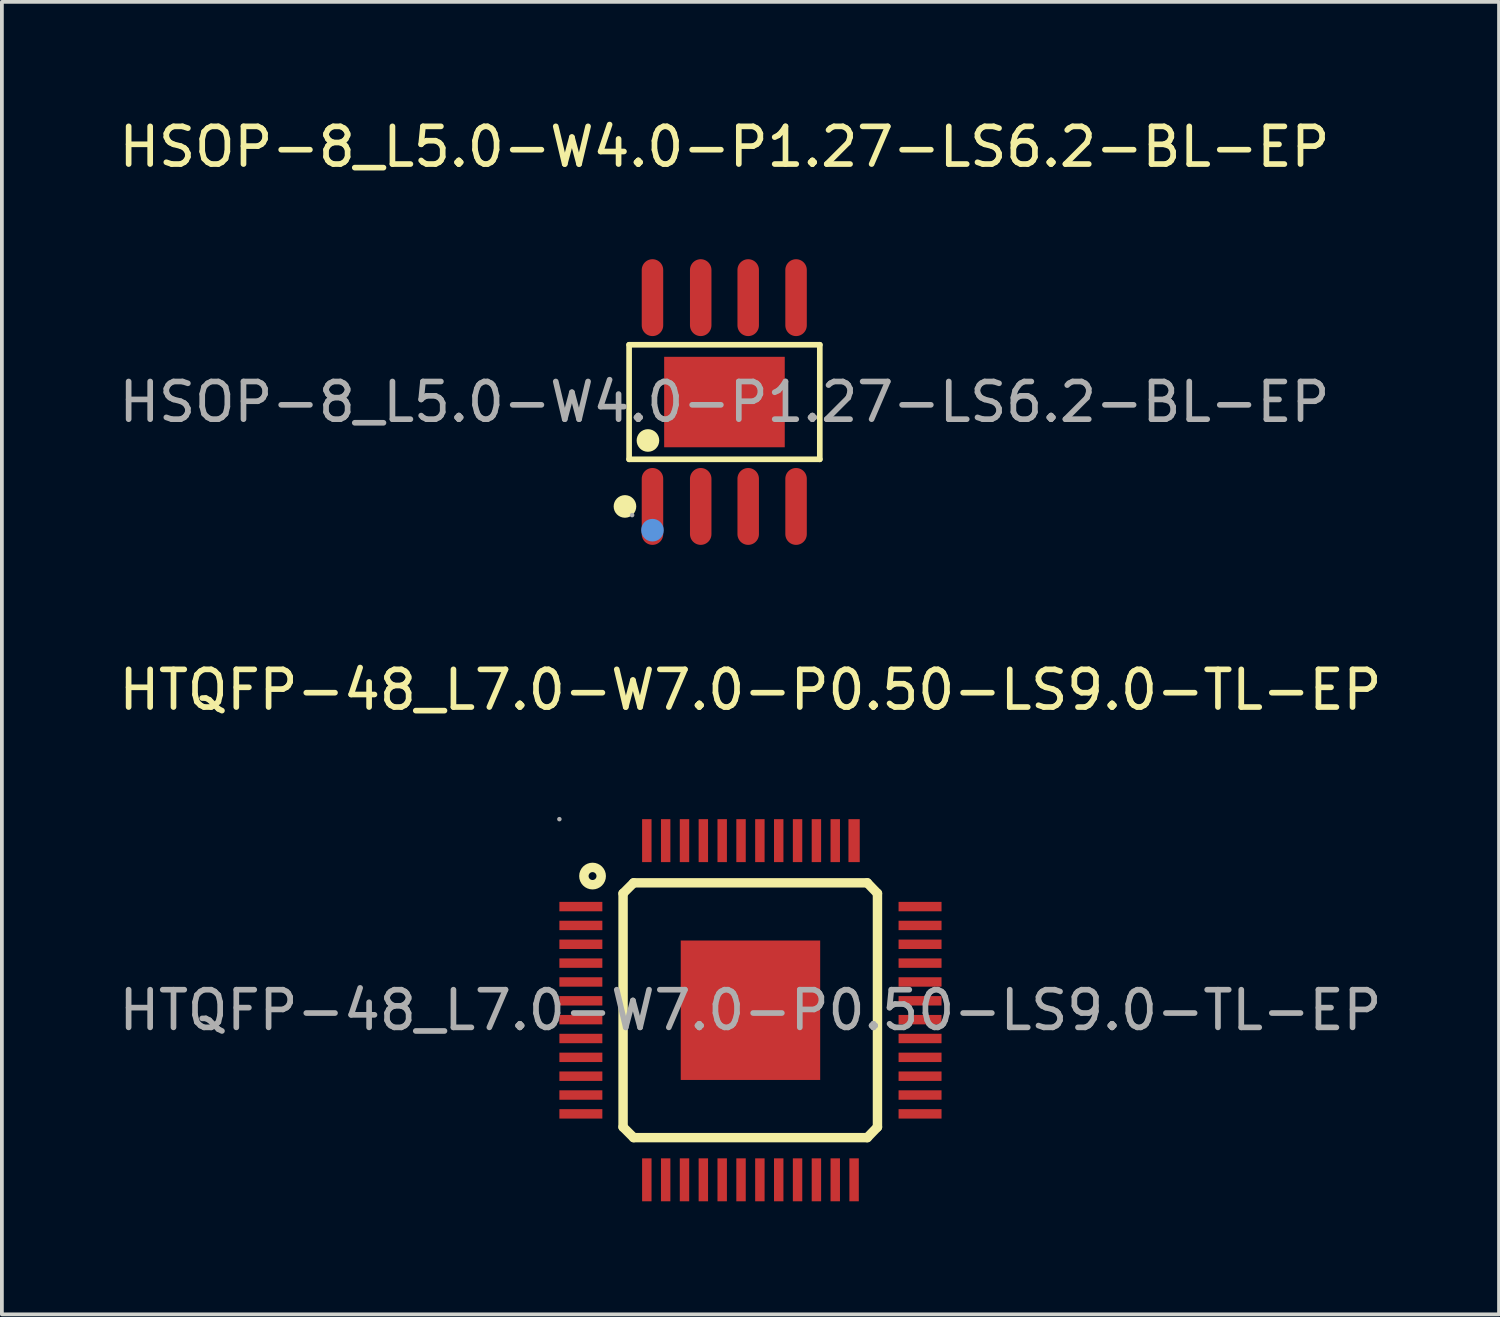
<source format=kicad_pcb>
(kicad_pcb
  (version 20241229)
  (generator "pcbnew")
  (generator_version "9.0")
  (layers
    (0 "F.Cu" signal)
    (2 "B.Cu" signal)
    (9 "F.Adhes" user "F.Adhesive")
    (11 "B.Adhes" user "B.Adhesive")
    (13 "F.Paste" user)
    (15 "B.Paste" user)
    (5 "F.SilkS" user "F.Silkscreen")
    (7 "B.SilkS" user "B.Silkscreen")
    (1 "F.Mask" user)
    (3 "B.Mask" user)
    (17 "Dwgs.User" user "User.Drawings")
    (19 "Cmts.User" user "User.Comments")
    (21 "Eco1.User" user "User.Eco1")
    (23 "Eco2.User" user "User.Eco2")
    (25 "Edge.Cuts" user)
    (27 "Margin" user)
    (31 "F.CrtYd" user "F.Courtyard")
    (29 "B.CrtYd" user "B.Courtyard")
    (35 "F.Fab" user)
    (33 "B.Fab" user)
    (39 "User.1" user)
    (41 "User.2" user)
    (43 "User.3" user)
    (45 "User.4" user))
  (footprint "HSOP-8_L5.0-W4.0-P1.27-LS6.2-BL-EP"
    (layer "F.Cu")
    (at 16.173 7.618)
    (property "Reference" "HSOP-8_L5.0-W4.0-P1.27-LS6.2-BL-EP" (at 0 -6.77 0) (layer "F.SilkS") (effects (font (size 1 1) (thickness 0.15))))
    (attr through_hole)
    (fp_line (start -2.53 -1.52) (end 2.53 -1.52) (stroke (width 0.15) (type solid)) (layer "F.SilkS"))
    (fp_line (start -2.53 1.52) (end -2.53 -1.52) (stroke (width 0.15) (type solid)) (layer "F.SilkS"))
    (fp_line (start 2.53 -1.52) (end 2.53 1.52) (stroke (width 0.15) (type solid)) (layer "F.SilkS"))
    (fp_line (start 2.53 1.52) (end -2.53 1.52) (stroke (width 0.15) (type solid)) (layer "F.SilkS"))
    (fp_circle (center -2.64 2.77) (end -2.49 2.77) (stroke (width 0.3) (type solid)) (fill no) (layer "F.SilkS"))
    (fp_circle (center -2.03 1.02) (end -1.88 1.02) (stroke (width 0.3) (type solid)) (fill no) (layer "F.SilkS"))
    (fp_circle (center -1.91 3.4) (end -1.76 3.4) (stroke (width 0.3) (type solid)) (fill no) (layer "Cmts.User"))
    (fp_circle (center -2.45 3) (end -2.42 3) (stroke (width 0.06) (type solid)) (fill no) (layer "F.Fab"))
    (fp_text user "${REFERENCE}" (at 0 0 0) (layer "F.Fab") (effects (font (size 1 1) (thickness 0.15))))
    (pad "1" smd oval (at -1.91 2.77) (size 0.57 2.04) (layers "F.Cu" "F.Mask" "F.Paste"))
    (pad "2" smd oval (at -0.63 2.77) (size 0.57 2.04) (layers "F.Cu" "F.Mask" "F.Paste"))
    (pad "3" smd oval (at 0.63 2.77) (size 0.57 2.04) (layers "F.Cu" "F.Mask" "F.Paste"))
    (pad "4" smd oval (at 1.9 2.77) (size 0.57 2.04) (layers "F.Cu" "F.Mask" "F.Paste"))
    (pad "5" smd oval (at 1.9 -2.77) (size 0.57 2.04) (layers "F.Cu" "F.Mask" "F.Paste"))
    (pad "6" smd oval (at 0.63 -2.77) (size 0.57 2.04) (layers "F.Cu" "F.Mask" "F.Paste"))
    (pad "7" smd oval (at -0.63 -2.77) (size 0.57 2.04) (layers "F.Cu" "F.Mask" "F.Paste"))
    (pad "8" smd oval (at -1.91 -2.77) (size 0.57 2.04) (layers "F.Cu" "F.Mask" "F.Paste"))
    (pad "9" smd rect (at 0 0) (size 3.2 2.4) (layers "F.Cu" "F.Mask" "F.Paste")))
  (footprint "HTQFP-48_L7.0-W7.0-P0.50-LS9.0-TL-EP"
    (layer "F.Cu")
    (at 16.863 23.756)
    (property "Reference" "HTQFP-48_L7.0-W7.0-P0.50-LS9.0-TL-EP" (at 0 -8.5 0) (layer "F.SilkS") (effects (font (size 1 1) (thickness 0.15))))
    (attr through_hole)
    (fp_line (start -3.38 -3.1) (end -3.1 -3.38) (stroke (width 0.25) (type solid)) (layer "F.SilkS"))
    (fp_line (start -3.38 3.1) (end -3.38 -3.1) (stroke (width 0.25) (type solid)) (layer "F.SilkS"))
    (fp_line (start -3.1 -3.38) (end 3.1 -3.38) (stroke (width 0.25) (type solid)) (layer "F.SilkS"))
    (fp_line (start -3.1 3.38) (end -3.38 3.1) (stroke (width 0.25) (type solid)) (layer "F.SilkS"))
    (fp_line (start 3.1 -3.38) (end 3.37 -3.1) (stroke (width 0.25) (type solid)) (layer "F.SilkS"))
    (fp_line (start 3.1 3.38) (end -3.1 3.38) (stroke (width 0.25) (type solid)) (layer "F.SilkS"))
    (fp_line (start 3.37 -3.1) (end 3.37 3.1) (stroke (width 0.25) (type solid)) (layer "F.SilkS"))
    (fp_line (start 3.37 3.1) (end 3.1 3.38) (stroke (width 0.25) (type solid)) (layer "F.SilkS"))
    (fp_circle (center -4.19 -3.56) (end -3.96 -3.56) (stroke (width 0.25) (type solid)) (fill no) (layer "F.SilkS"))
    (fp_circle (center -5.07 -5.07) (end -5.04 -5.07) (stroke (width 0.06) (type solid)) (fill no) (layer "F.Fab"))
    (fp_text user "${REFERENCE}" (at 0 0 0) (layer "F.Fab") (effects (font (size 1 1) (thickness 0.15))))
    (pad "1" smd rect (at -4.5 -2.75 270) (size 0.25 1.14) (layers "F.Cu" "F.Mask" "F.Paste"))
    (pad "2" smd rect (at -4.5 -2.25 270) (size 0.25 1.14) (layers "F.Cu" "F.Mask" "F.Paste"))
    (pad "3" smd rect (at -4.5 -1.75 270) (size 0.25 1.14) (layers "F.Cu" "F.Mask" "F.Paste"))
    (pad "4" smd rect (at -4.5 -1.25 270) (size 0.25 1.14) (layers "F.Cu" "F.Mask" "F.Paste"))
    (pad "5" smd rect (at -4.5 -0.75 270) (size 0.25 1.14) (layers "F.Cu" "F.Mask" "F.Paste"))
    (pad "6" smd rect (at -4.5 -0.25 270) (size 0.25 1.14) (layers "F.Cu" "F.Mask" "F.Paste"))
    (pad "7" smd rect (at -4.5 0.25 270) (size 0.25 1.14) (layers "F.Cu" "F.Mask" "F.Paste"))
    (pad "8" smd rect (at -4.5 0.75 270) (size 0.25 1.14) (layers "F.Cu" "F.Mask" "F.Paste"))
    (pad "9" smd rect (at -4.5 1.25 270) (size 0.25 1.14) (layers "F.Cu" "F.Mask" "F.Paste"))
    (pad "10" smd rect (at -4.5 1.75 270) (size 0.25 1.14) (layers "F.Cu" "F.Mask" "F.Paste"))
    (pad "11" smd rect (at -4.5 2.25 270) (size 0.25 1.14) (layers "F.Cu" "F.Mask" "F.Paste"))
    (pad "12" smd rect (at -4.5 2.75 270) (size 0.25 1.14) (layers "F.Cu" "F.Mask" "F.Paste"))
    (pad "13" smd rect (at -2.75 4.5 270) (size 1.14 0.25) (layers "F.Cu" "F.Mask" "F.Paste"))
    (pad "14" smd rect (at -2.25 4.5 270) (size 1.14 0.25) (layers "F.Cu" "F.Mask" "F.Paste"))
    (pad "15" smd rect (at -1.75 4.5 270) (size 1.14 0.25) (layers "F.Cu" "F.Mask" "F.Paste"))
    (pad "16" smd rect (at -1.25 4.5 270) (size 1.14 0.25) (layers "F.Cu" "F.Mask" "F.Paste"))
    (pad "17" smd rect (at -0.75 4.5 270) (size 1.14 0.25) (layers "F.Cu" "F.Mask" "F.Paste"))
    (pad "18" smd rect (at -0.25 4.5 270) (size 1.14 0.25) (layers "F.Cu" "F.Mask" "F.Paste"))
    (pad "19" smd rect (at 0.25 4.5 270) (size 1.14 0.25) (layers "F.Cu" "F.Mask" "F.Paste"))
    (pad "20" smd rect (at 0.75 4.5 270) (size 1.14 0.25) (layers "F.Cu" "F.Mask" "F.Paste"))
    (pad "21" smd rect (at 1.25 4.5 270) (size 1.14 0.25) (layers "F.Cu" "F.Mask" "F.Paste"))
    (pad "22" smd rect (at 1.75 4.5 270) (size 1.14 0.25) (layers "F.Cu" "F.Mask" "F.Paste"))
    (pad "23" smd rect (at 2.25 4.5 270) (size 1.14 0.25) (layers "F.Cu" "F.Mask" "F.Paste"))
    (pad "24" smd rect (at 2.75 4.5 270) (size 1.14 0.25) (layers "F.Cu" "F.Mask" "F.Paste"))
    (pad "25" smd rect (at 4.5 2.75 270) (size 0.25 1.14) (layers "F.Cu" "F.Mask" "F.Paste"))
    (pad "26" smd rect (at 4.5 2.25 270) (size 0.25 1.14) (layers "F.Cu" "F.Mask" "F.Paste"))
    (pad "27" smd rect (at 4.5 1.75 270) (size 0.25 1.14) (layers "F.Cu" "F.Mask" "F.Paste"))
    (pad "28" smd rect (at 4.5 1.25 270) (size 0.25 1.14) (layers "F.Cu" "F.Mask" "F.Paste"))
    (pad "29" smd rect (at 4.5 0.75 270) (size 0.25 1.14) (layers "F.Cu" "F.Mask" "F.Paste"))
    (pad "30" smd rect (at 4.5 0.25 270) (size 0.25 1.14) (layers "F.Cu" "F.Mask" "F.Paste"))
    (pad "31" smd rect (at 4.5 -0.25 270) (size 0.25 1.14) (layers "F.Cu" "F.Mask" "F.Paste"))
    (pad "32" smd rect (at 4.5 -0.75 270) (size 0.25 1.14) (layers "F.Cu" "F.Mask" "F.Paste"))
    (pad "33" smd rect (at 4.5 -1.25 270) (size 0.25 1.14) (layers "F.Cu" "F.Mask" "F.Paste"))
    (pad "34" smd rect (at 4.5 -1.75 270) (size 0.25 1.14) (layers "F.Cu" "F.Mask" "F.Paste"))
    (pad "35" smd rect (at 4.5 -2.25 270) (size 0.25 1.14) (layers "F.Cu" "F.Mask" "F.Paste"))
    (pad "36" smd rect (at 4.5 -2.75 270) (size 0.25 1.14) (layers "F.Cu" "F.Mask" "F.Paste"))
    (pad "37" smd rect (at 2.75 -4.5 270) (size 1.14 0.3) (layers "F.Cu" "F.Mask" "F.Paste"))
    (pad "38" smd rect (at 2.25 -4.5 270) (size 1.14 0.25) (layers "F.Cu" "F.Mask" "F.Paste"))
    (pad "39" smd rect (at 1.75 -4.5 270) (size 1.14 0.25) (layers "F.Cu" "F.Mask" "F.Paste"))
    (pad "40" smd rect (at 1.25 -4.5 270) (size 1.14 0.25) (layers "F.Cu" "F.Mask" "F.Paste"))
    (pad "41" smd rect (at 0.75 -4.5 270) (size 1.14 0.25) (layers "F.Cu" "F.Mask" "F.Paste"))
    (pad "42" smd rect (at 0.25 -4.5 270) (size 1.14 0.25) (layers "F.Cu" "F.Mask" "F.Paste"))
    (pad "43" smd rect (at -0.25 -4.5 270) (size 1.14 0.25) (layers "F.Cu" "F.Mask" "F.Paste"))
    (pad "44" smd rect (at -0.75 -4.5 270) (size 1.14 0.25) (layers "F.Cu" "F.Mask" "F.Paste"))
    (pad "45" smd rect (at -1.25 -4.5 270) (size 1.14 0.25) (layers "F.Cu" "F.Mask" "F.Paste"))
    (pad "46" smd rect (at -1.75 -4.5 270) (size 1.14 0.25) (layers "F.Cu" "F.Mask" "F.Paste"))
    (pad "47" smd rect (at -2.25 -4.5 270) (size 1.14 0.25) (layers "F.Cu" "F.Mask" "F.Paste"))
    (pad "48" smd rect (at -2.75 -4.5 270) (size 1.14 0.25) (layers "F.Cu" "F.Mask" "F.Paste"))
    (pad "49" smd rect (at 0 0 270) (size 3.7 3.7) (layers "F.Cu" "F.Mask" "F.Paste")))
  (gr_rect
    (start -3 -3)
    (end 36.726 31.826)
    (stroke (width 0.1) (type default))
    (fill no)
    (layer "Edge.Cuts")))
</source>
